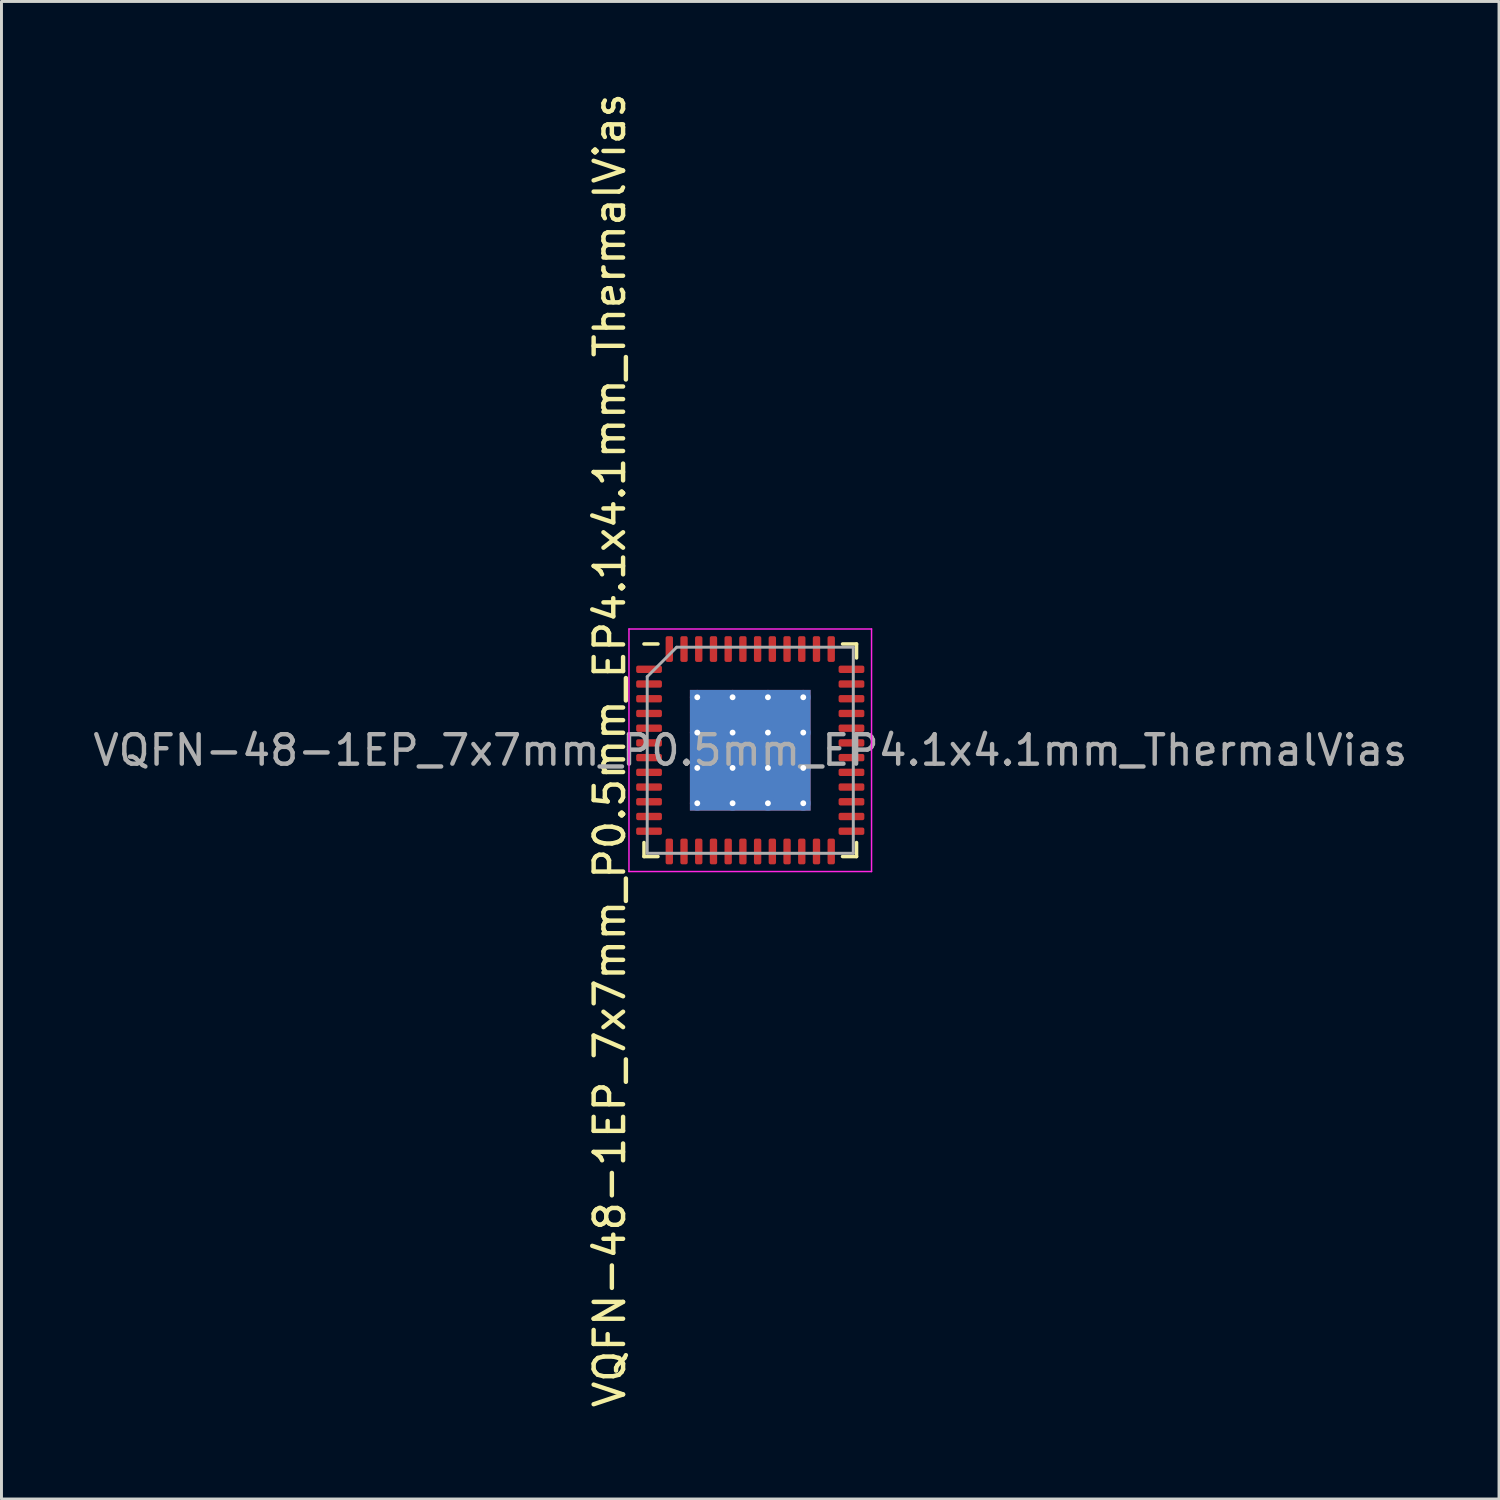
<source format=kicad_pcb>
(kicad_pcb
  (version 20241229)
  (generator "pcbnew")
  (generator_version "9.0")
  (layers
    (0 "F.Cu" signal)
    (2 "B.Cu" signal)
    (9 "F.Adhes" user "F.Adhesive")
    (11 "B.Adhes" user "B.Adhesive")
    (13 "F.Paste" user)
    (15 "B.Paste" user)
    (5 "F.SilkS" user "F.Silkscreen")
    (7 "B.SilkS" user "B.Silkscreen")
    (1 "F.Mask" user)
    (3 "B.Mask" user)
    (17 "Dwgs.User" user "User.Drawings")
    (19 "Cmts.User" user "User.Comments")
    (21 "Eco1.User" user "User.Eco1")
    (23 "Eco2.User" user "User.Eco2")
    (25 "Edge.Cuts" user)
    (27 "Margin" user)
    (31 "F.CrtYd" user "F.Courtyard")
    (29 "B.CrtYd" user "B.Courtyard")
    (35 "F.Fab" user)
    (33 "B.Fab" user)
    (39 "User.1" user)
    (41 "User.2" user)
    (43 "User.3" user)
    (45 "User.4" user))
  (footprint "VQFN-48-1EP_7x7mm_P0.5mm_EP4.1x4.1mm_ThermalVias"
    (layer "F.Cu")
    (at 22.435 22.435)
    (property "Reference" "VQFN-48-1EP_7x7mm_P0.5mm_EP4.1x4.1mm_ThermalVias" (at -4.775 0 90) (layer "F.SilkS") (effects (font (size 1 1) (thickness 0.15))))
    (attr smd)
    (fp_line (start -3.61 3.61) (end -3.61 3.135) (stroke (width 0.12) (type solid)) (layer "F.SilkS"))
    (fp_line (start -3.135 -3.61) (end -3.61 -3.61) (stroke (width 0.12) (type solid)) (layer "F.SilkS"))
    (fp_line (start -3.135 3.61) (end -3.61 3.61) (stroke (width 0.12) (type solid)) (layer "F.SilkS"))
    (fp_line (start 3.135 -3.61) (end 3.61 -3.61) (stroke (width 0.12) (type solid)) (layer "F.SilkS"))
    (fp_line (start 3.135 3.61) (end 3.61 3.61) (stroke (width 0.12) (type solid)) (layer "F.SilkS"))
    (fp_line (start 3.61 -3.61) (end 3.61 -3.135) (stroke (width 0.12) (type solid)) (layer "F.SilkS"))
    (fp_line (start 3.61 3.61) (end 3.61 3.135) (stroke (width 0.12) (type solid)) (layer "F.SilkS"))
    (fp_line (start -4.12 -4.12) (end -4.12 4.12) (stroke (width 0.05) (type solid)) (layer "F.CrtYd"))
    (fp_line (start -4.12 4.12) (end 4.12 4.12) (stroke (width 0.05) (type solid)) (layer "F.CrtYd"))
    (fp_line (start 4.12 -4.12) (end -4.12 -4.12) (stroke (width 0.05) (type solid)) (layer "F.CrtYd"))
    (fp_line (start 4.12 4.12) (end 4.12 -4.12) (stroke (width 0.05) (type solid)) (layer "F.CrtYd"))
    (fp_line (start -3.5 -2.5) (end -2.5 -3.5) (stroke (width 0.1) (type solid)) (layer "F.Fab"))
    (fp_line (start -3.5 3.5) (end -3.5 -2.5) (stroke (width 0.1) (type solid)) (layer "F.Fab"))
    (fp_line (start -2.5 -3.5) (end 3.5 -3.5) (stroke (width 0.1) (type solid)) (layer "F.Fab"))
    (fp_line (start 3.5 -3.5) (end 3.5 3.5) (stroke (width 0.1) (type solid)) (layer "F.Fab"))
    (fp_line (start 3.5 3.5) (end -3.5 3.5) (stroke (width 0.1) (type solid)) (layer "F.Fab"))
    (fp_text user "${REFERENCE}" (at 0 0 180) (layer "F.Fab") (effects (font (size 1 1) (thickness 0.15))))
    (pad "" smd roundrect (at -1.37 -1.37) (size 1.1 1.1) (layers "F.Paste") (roundrect_rratio 0.227))
    (pad "" smd roundrect (at -1.37 0) (size 1.1 1.1) (layers "F.Paste") (roundrect_rratio 0.227))
    (pad "" smd roundrect (at -1.37 1.37) (size 1.1 1.1) (layers "F.Paste") (roundrect_rratio 0.227))
    (pad "" smd roundrect (at 0 -1.37) (size 1.1 1.1) (layers "F.Paste") (roundrect_rratio 0.227))
    (pad "" smd roundrect (at 0 0) (size 1.1 1.1) (layers "F.Paste") (roundrect_rratio 0.227))
    (pad "" smd roundrect (at 0 1.37) (size 1.1 1.1) (layers "F.Paste") (roundrect_rratio 0.227))
    (pad "" smd roundrect (at 1.37 -1.37) (size 1.1 1.1) (layers "F.Paste") (roundrect_rratio 0.227))
    (pad "" smd roundrect (at 1.37 0) (size 1.1 1.1) (layers "F.Paste") (roundrect_rratio 0.227))
    (pad "" smd roundrect (at 1.37 1.37) (size 1.1 1.1) (layers "F.Paste") (roundrect_rratio 0.227))
    (pad "1" smd roundrect (at -3.438 -2.75) (size 0.875 0.25) (layers "F.Cu" "F.Mask" "F.Paste") (roundrect_rratio 0.25))
    (pad "2" smd roundrect (at -3.438 -2.25) (size 0.875 0.25) (layers "F.Cu" "F.Mask" "F.Paste") (roundrect_rratio 0.25))
    (pad "3" smd roundrect (at -3.438 -1.75) (size 0.875 0.25) (layers "F.Cu" "F.Mask" "F.Paste") (roundrect_rratio 0.25))
    (pad "4" smd roundrect (at -3.438 -1.25) (size 0.875 0.25) (layers "F.Cu" "F.Mask" "F.Paste") (roundrect_rratio 0.25))
    (pad "5" smd roundrect (at -3.438 -0.75) (size 0.875 0.25) (layers "F.Cu" "F.Mask" "F.Paste") (roundrect_rratio 0.25))
    (pad "6" smd roundrect (at -3.438 -0.25) (size 0.875 0.25) (layers "F.Cu" "F.Mask" "F.Paste") (roundrect_rratio 0.25))
    (pad "7" smd roundrect (at -3.438 0.25) (size 0.875 0.25) (layers "F.Cu" "F.Mask" "F.Paste") (roundrect_rratio 0.25))
    (pad "8" smd roundrect (at -3.438 0.75) (size 0.875 0.25) (layers "F.Cu" "F.Mask" "F.Paste") (roundrect_rratio 0.25))
    (pad "9" smd roundrect (at -3.438 1.25) (size 0.875 0.25) (layers "F.Cu" "F.Mask" "F.Paste") (roundrect_rratio 0.25))
    (pad "10" smd roundrect (at -3.438 1.75) (size 0.875 0.25) (layers "F.Cu" "F.Mask" "F.Paste") (roundrect_rratio 0.25))
    (pad "11" smd roundrect (at -3.438 2.25) (size 0.875 0.25) (layers "F.Cu" "F.Mask" "F.Paste") (roundrect_rratio 0.25))
    (pad "12" smd roundrect (at -3.438 2.75) (size 0.875 0.25) (layers "F.Cu" "F.Mask" "F.Paste") (roundrect_rratio 0.25))
    (pad "13" smd roundrect (at -2.75 3.438) (size 0.25 0.875) (layers "F.Cu" "F.Mask" "F.Paste") (roundrect_rratio 0.25))
    (pad "14" smd roundrect (at -2.25 3.438) (size 0.25 0.875) (layers "F.Cu" "F.Mask" "F.Paste") (roundrect_rratio 0.25))
    (pad "15" smd roundrect (at -1.75 3.438) (size 0.25 0.875) (layers "F.Cu" "F.Mask" "F.Paste") (roundrect_rratio 0.25))
    (pad "16" smd roundrect (at -1.25 3.438) (size 0.25 0.875) (layers "F.Cu" "F.Mask" "F.Paste") (roundrect_rratio 0.25))
    (pad "17" smd roundrect (at -0.75 3.438) (size 0.25 0.875) (layers "F.Cu" "F.Mask" "F.Paste") (roundrect_rratio 0.25))
    (pad "18" smd roundrect (at -0.25 3.438) (size 0.25 0.875) (layers "F.Cu" "F.Mask" "F.Paste") (roundrect_rratio 0.25))
    (pad "19" smd roundrect (at 0.25 3.438) (size 0.25 0.875) (layers "F.Cu" "F.Mask" "F.Paste") (roundrect_rratio 0.25))
    (pad "20" smd roundrect (at 0.75 3.438) (size 0.25 0.875) (layers "F.Cu" "F.Mask" "F.Paste") (roundrect_rratio 0.25))
    (pad "21" smd roundrect (at 1.25 3.438) (size 0.25 0.875) (layers "F.Cu" "F.Mask" "F.Paste") (roundrect_rratio 0.25))
    (pad "22" smd roundrect (at 1.75 3.438) (size 0.25 0.875) (layers "F.Cu" "F.Mask" "F.Paste") (roundrect_rratio 0.25))
    (pad "23" smd roundrect (at 2.25 3.438) (size 0.25 0.875) (layers "F.Cu" "F.Mask" "F.Paste") (roundrect_rratio 0.25))
    (pad "24" smd roundrect (at 2.75 3.438) (size 0.25 0.875) (layers "F.Cu" "F.Mask" "F.Paste") (roundrect_rratio 0.25))
    (pad "25" smd roundrect (at 3.438 2.75) (size 0.875 0.25) (layers "F.Cu" "F.Mask" "F.Paste") (roundrect_rratio 0.25))
    (pad "26" smd roundrect (at 3.438 2.25) (size 0.875 0.25) (layers "F.Cu" "F.Mask" "F.Paste") (roundrect_rratio 0.25))
    (pad "27" smd roundrect (at 3.438 1.75) (size 0.875 0.25) (layers "F.Cu" "F.Mask" "F.Paste") (roundrect_rratio 0.25))
    (pad "28" smd roundrect (at 3.438 1.25) (size 0.875 0.25) (layers "F.Cu" "F.Mask" "F.Paste") (roundrect_rratio 0.25))
    (pad "29" smd roundrect (at 3.438 0.75) (size 0.875 0.25) (layers "F.Cu" "F.Mask" "F.Paste") (roundrect_rratio 0.25))
    (pad "30" smd roundrect (at 3.438 0.25) (size 0.875 0.25) (layers "F.Cu" "F.Mask" "F.Paste") (roundrect_rratio 0.25))
    (pad "31" smd roundrect (at 3.438 -0.25) (size 0.875 0.25) (layers "F.Cu" "F.Mask" "F.Paste") (roundrect_rratio 0.25))
    (pad "32" smd roundrect (at 3.438 -0.75) (size 0.875 0.25) (layers "F.Cu" "F.Mask" "F.Paste") (roundrect_rratio 0.25))
    (pad "33" smd roundrect (at 3.438 -1.25) (size 0.875 0.25) (layers "F.Cu" "F.Mask" "F.Paste") (roundrect_rratio 0.25))
    (pad "34" smd roundrect (at 3.438 -1.75) (size 0.875 0.25) (layers "F.Cu" "F.Mask" "F.Paste") (roundrect_rratio 0.25))
    (pad "35" smd roundrect (at 3.438 -2.25) (size 0.875 0.25) (layers "F.Cu" "F.Mask" "F.Paste") (roundrect_rratio 0.25))
    (pad "36" smd roundrect (at 3.438 -2.75) (size 0.875 0.25) (layers "F.Cu" "F.Mask" "F.Paste") (roundrect_rratio 0.25))
    (pad "37" smd roundrect (at 2.75 -3.438) (size 0.25 0.875) (layers "F.Cu" "F.Mask" "F.Paste") (roundrect_rratio 0.25))
    (pad "38" smd roundrect (at 2.25 -3.438) (size 0.25 0.875) (layers "F.Cu" "F.Mask" "F.Paste") (roundrect_rratio 0.25))
    (pad "39" smd roundrect (at 1.75 -3.438) (size 0.25 0.875) (layers "F.Cu" "F.Mask" "F.Paste") (roundrect_rratio 0.25))
    (pad "40" smd roundrect (at 1.25 -3.438) (size 0.25 0.875) (layers "F.Cu" "F.Mask" "F.Paste") (roundrect_rratio 0.25))
    (pad "41" smd roundrect (at 0.75 -3.438) (size 0.25 0.875) (layers "F.Cu" "F.Mask" "F.Paste") (roundrect_rratio 0.25))
    (pad "42" smd roundrect (at 0.25 -3.438) (size 0.25 0.875) (layers "F.Cu" "F.Mask" "F.Paste") (roundrect_rratio 0.25))
    (pad "43" smd roundrect (at -0.25 -3.438) (size 0.25 0.875) (layers "F.Cu" "F.Mask" "F.Paste") (roundrect_rratio 0.25))
    (pad "44" smd roundrect (at -0.75 -3.438) (size 0.25 0.875) (layers "F.Cu" "F.Mask" "F.Paste") (roundrect_rratio 0.25))
    (pad "45" smd roundrect (at -1.25 -3.438) (size 0.25 0.875) (layers "F.Cu" "F.Mask" "F.Paste") (roundrect_rratio 0.25))
    (pad "46" smd roundrect (at -1.75 -3.438) (size 0.25 0.875) (layers "F.Cu" "F.Mask" "F.Paste") (roundrect_rratio 0.25))
    (pad "47" smd roundrect (at -2.25 -3.438) (size 0.25 0.875) (layers "F.Cu" "F.Mask" "F.Paste") (roundrect_rratio 0.25))
    (pad "48" smd roundrect (at -2.75 -3.438) (size 0.25 0.875) (layers "F.Cu" "F.Mask" "F.Paste") (roundrect_rratio 0.25))
    (pad "49" thru_hole circle (at -1.8 -1.8) (size 0.5 0.5) (drill 0.2) (layers "*.Cu"))
    (pad "49" thru_hole circle (at -1.8 -0.6) (size 0.5 0.5) (drill 0.2) (layers "*.Cu"))
    (pad "49" thru_hole circle (at -1.8 0.6) (size 0.5 0.5) (drill 0.2) (layers "*.Cu"))
    (pad "49" thru_hole circle (at -1.8 1.8) (size 0.5 0.5) (drill 0.2) (layers "*.Cu"))
    (pad "49" thru_hole circle (at -0.6 -1.8) (size 0.5 0.5) (drill 0.2) (layers "*.Cu"))
    (pad "49" thru_hole circle (at -0.6 -0.6) (size 0.5 0.5) (drill 0.2) (layers "*.Cu"))
    (pad "49" thru_hole circle (at -0.6 0.6) (size 0.5 0.5) (drill 0.2) (layers "*.Cu"))
    (pad "49" thru_hole circle (at -0.6 1.8) (size 0.5 0.5) (drill 0.2) (layers "*.Cu"))
    (pad "49" smd rect (at 0 0) (size 4.1 4.1) (layers "F.Cu" "F.Mask"))
    (pad "49" smd rect (at 0 0) (size 4.1 4.1) (layers "B.Cu"))
    (pad "49" thru_hole circle (at 0.6 -1.8) (size 0.5 0.5) (drill 0.2) (layers "*.Cu"))
    (pad "49" thru_hole circle (at 0.6 -0.6) (size 0.5 0.5) (drill 0.2) (layers "*.Cu"))
    (pad "49" thru_hole circle (at 0.6 0.6) (size 0.5 0.5) (drill 0.2) (layers "*.Cu"))
    (pad "49" thru_hole circle (at 0.6 1.8) (size 0.5 0.5) (drill 0.2) (layers "*.Cu"))
    (pad "49" thru_hole circle (at 1.8 -1.8) (size 0.5 0.5) (drill 0.2) (layers "*.Cu"))
    (pad "49" thru_hole circle (at 1.8 -0.6) (size 0.5 0.5) (drill 0.2) (layers "*.Cu"))
    (pad "49" thru_hole circle (at 1.8 0.6) (size 0.5 0.5) (drill 0.2) (layers "*.Cu"))
    (pad "49" thru_hole circle (at 1.8 1.8) (size 0.5 0.5) (drill 0.2) (layers "*.Cu")))
  (gr_rect
    (start -3 -3)
    (end 47.869 47.869)
    (stroke (width 0.1) (type default))
    (fill no)
    (layer "Edge.Cuts")))
</source>
